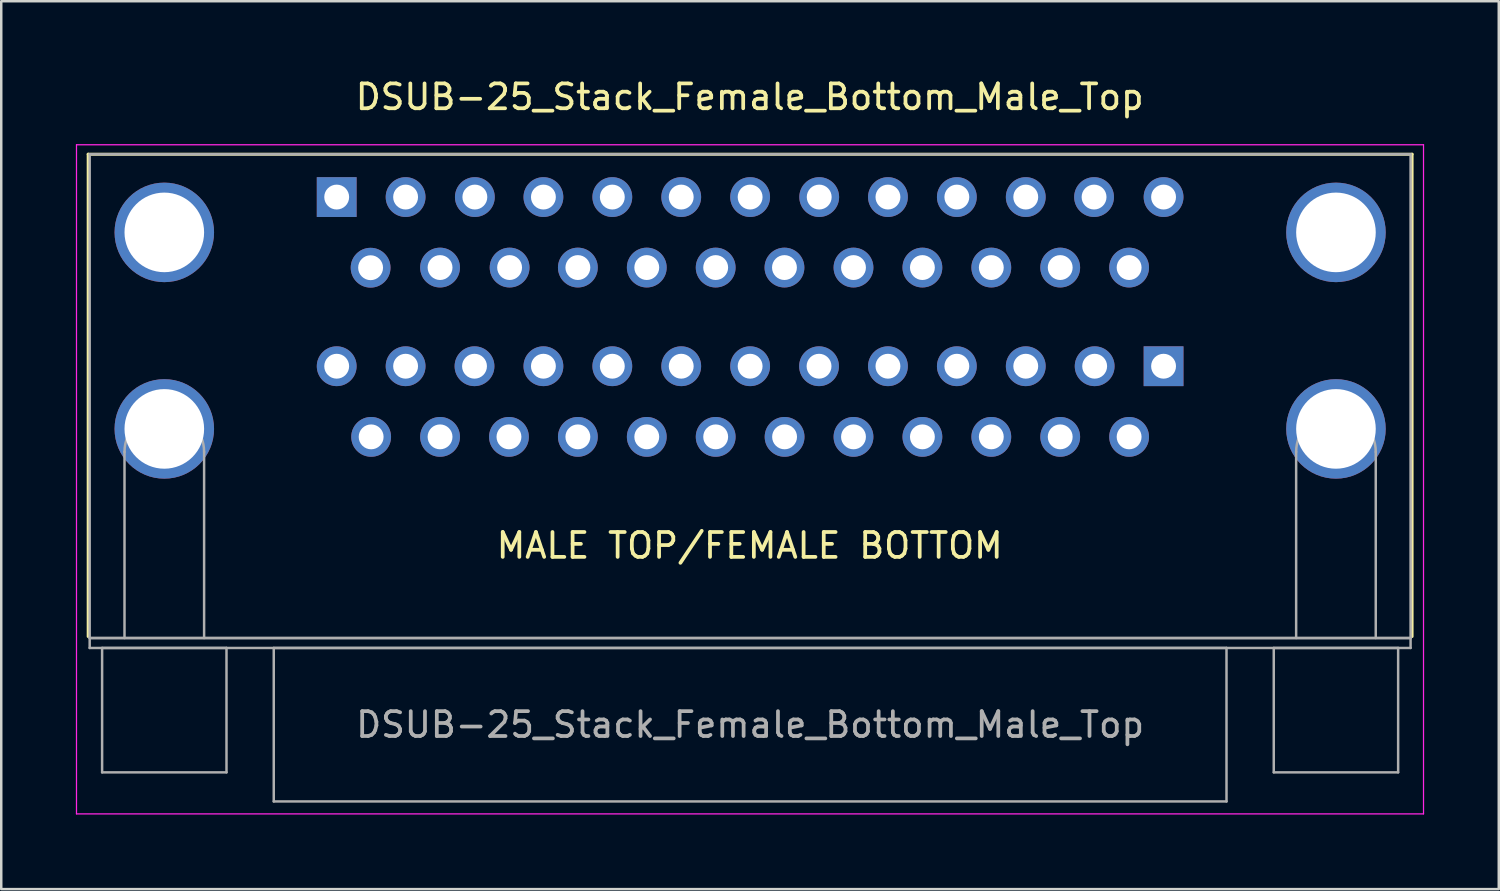
<source format=kicad_pcb>
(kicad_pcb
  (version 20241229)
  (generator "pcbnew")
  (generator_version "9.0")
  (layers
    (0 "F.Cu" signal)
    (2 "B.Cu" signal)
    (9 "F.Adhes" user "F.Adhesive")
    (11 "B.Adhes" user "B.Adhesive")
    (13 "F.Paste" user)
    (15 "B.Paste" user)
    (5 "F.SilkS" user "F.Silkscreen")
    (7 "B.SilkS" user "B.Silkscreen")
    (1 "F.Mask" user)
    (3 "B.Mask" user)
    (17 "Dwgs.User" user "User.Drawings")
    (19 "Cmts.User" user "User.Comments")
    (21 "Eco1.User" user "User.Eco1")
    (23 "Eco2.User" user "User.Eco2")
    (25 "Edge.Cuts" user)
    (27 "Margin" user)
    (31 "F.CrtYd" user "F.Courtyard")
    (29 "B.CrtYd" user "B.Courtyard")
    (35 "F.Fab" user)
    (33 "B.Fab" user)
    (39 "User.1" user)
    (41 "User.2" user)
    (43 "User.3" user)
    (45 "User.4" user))
  (footprint "DSUB-25_Stack_Female_Bottom_Male_Top"
    (layer "F.Cu")
    (at 27.088 22.692)
    (property "Reference" "DSUB-25_Stack_Female_Bottom_Male_Top" (at 0 -21.844 0) (layer "F.SilkS") (effects (font (size 1 1) (thickness 0.15))))
    (attr through_hole)
    (fp_line (start -26.593 -19.542) (end 26.627 -19.542) (stroke (width 0.12) (type solid)) (layer "F.SilkS"))
    (fp_line (start -26.593 -0.154) (end -26.593 -19.542) (stroke (width 0.12) (type solid)) (layer "F.SilkS"))
    (fp_line (start 26.627 -19.542) (end 26.627 -0.154) (stroke (width 0.12) (type solid)) (layer "F.SilkS"))
    (fp_line (start -27.063 -19.923) (end -27.063 6.976) (stroke (width 0.05) (type solid)) (layer "F.CrtYd"))
    (fp_line (start -27.063 6.976) (end 27.087 6.976) (stroke (width 0.05) (type solid)) (layer "F.CrtYd"))
    (fp_line (start 27.087 -19.923) (end -27.063 -19.923) (stroke (width 0.05) (type solid)) (layer "F.CrtYd"))
    (fp_line (start 27.087 6.976) (end 27.087 -19.923) (stroke (width 0.05) (type solid)) (layer "F.CrtYd"))
    (fp_line (start -26.533 -19.542) (end -26.533 -0.094) (stroke (width 0.1) (type solid)) (layer "F.Fab"))
    (fp_line (start -26.533 -0.094) (end -26.533 0.306) (stroke (width 0.1) (type solid)) (layer "F.Fab"))
    (fp_line (start -26.533 -0.094) (end 26.567 -0.094) (stroke (width 0.1) (type solid)) (layer "F.Fab"))
    (fp_line (start -26.533 0.306) (end 26.567 0.306) (stroke (width 0.1) (type solid)) (layer "F.Fab"))
    (fp_line (start -26.033 0.306) (end -26.033 5.306) (stroke (width 0.1) (type solid)) (layer "F.Fab"))
    (fp_line (start -26.033 5.306) (end -21.033 5.306) (stroke (width 0.1) (type solid)) (layer "F.Fab"))
    (fp_line (start -25.133 -0.094) (end -25.133 -7.574) (stroke (width 0.1) (type solid)) (layer "F.Fab"))
    (fp_line (start -21.933 -0.094) (end -21.933 -7.574) (stroke (width 0.1) (type solid)) (layer "F.Fab"))
    (fp_line (start -21.033 0.306) (end -26.033 0.306) (stroke (width 0.1) (type solid)) (layer "F.Fab"))
    (fp_line (start -21.033 5.306) (end -21.033 0.306) (stroke (width 0.1) (type solid)) (layer "F.Fab"))
    (fp_line (start -19.133 0.306) (end -19.133 6.476) (stroke (width 0.1) (type solid)) (layer "F.Fab"))
    (fp_line (start -19.133 6.476) (end 19.167 6.476) (stroke (width 0.1) (type solid)) (layer "F.Fab"))
    (fp_line (start 19.167 0.306) (end -19.133 0.306) (stroke (width 0.1) (type solid)) (layer "F.Fab"))
    (fp_line (start 19.167 6.476) (end 19.167 0.306) (stroke (width 0.1) (type solid)) (layer "F.Fab"))
    (fp_line (start 21.067 0.306) (end 21.067 5.306) (stroke (width 0.1) (type solid)) (layer "F.Fab"))
    (fp_line (start 21.067 5.306) (end 26.067 5.306) (stroke (width 0.1) (type solid)) (layer "F.Fab"))
    (fp_line (start 21.967 -0.094) (end 21.967 -7.574) (stroke (width 0.1) (type solid)) (layer "F.Fab"))
    (fp_line (start 25.167 -0.094) (end 25.167 -7.574) (stroke (width 0.1) (type solid)) (layer "F.Fab"))
    (fp_line (start 26.067 0.306) (end 21.067 0.306) (stroke (width 0.1) (type solid)) (layer "F.Fab"))
    (fp_line (start 26.067 5.306) (end 26.067 0.306) (stroke (width 0.1) (type solid)) (layer "F.Fab"))
    (fp_line (start 26.567 -19.542) (end -26.533 -19.542) (stroke (width 0.1) (type solid)) (layer "F.Fab"))
    (fp_line (start 26.567 -0.094) (end -26.533 -0.094) (stroke (width 0.1) (type solid)) (layer "F.Fab"))
    (fp_line (start 26.567 -0.094) (end 26.567 -19.542) (stroke (width 0.1) (type solid)) (layer "F.Fab"))
    (fp_line (start 26.567 0.306) (end 26.567 -0.094) (stroke (width 0.1) (type solid)) (layer "F.Fab"))
    (fp_arc (start -25.133 -7.574) (mid -23.533 -9.174) (end -21.933 -7.574) (stroke (width 0.1) (type solid)) (layer "F.Fab"))
    (fp_arc (start 21.967 -7.574) (mid 23.567 -9.174) (end 25.167 -7.574) (stroke (width 0.1) (type solid)) (layer "F.Fab"))
    (fp_text user "MALE TOP/FEMALE BOTTOM" (at 0 -3.81 0) (layer "F.SilkS") (effects (font (size 1 1) (thickness 0.15))))
    (fp_text user "${REFERENCE}" (at 0.017 3.391 0) (layer "F.Fab") (effects (font (size 1 1) (thickness 0.15))))
    (pad "1" thru_hole rect (at 16.637 -11.02) (size 1.6 1.6) (drill 1) (layers "*.Cu" "*.Mask"))
    (pad "2" thru_hole circle (at 13.867 -11.02) (size 1.6 1.6) (drill 1) (layers "*.Cu" "*.Mask"))
    (pad "3" thru_hole circle (at 11.097 -11.02) (size 1.6 1.6) (drill 1) (layers "*.Cu" "*.Mask"))
    (pad "4" thru_hole circle (at 8.327 -11.02) (size 1.6 1.6) (drill 1) (layers "*.Cu" "*.Mask"))
    (pad "5" thru_hole circle (at 5.557 -11.02) (size 1.6 1.6) (drill 1) (layers "*.Cu" "*.Mask"))
    (pad "6" thru_hole circle (at 2.787 -11.02) (size 1.6 1.6) (drill 1) (layers "*.Cu" "*.Mask"))
    (pad "7" thru_hole circle (at 0.017 -11.02) (size 1.6 1.6) (drill 1) (layers "*.Cu" "*.Mask"))
    (pad "8" thru_hole circle (at -2.753 -11.02) (size 1.6 1.6) (drill 1) (layers "*.Cu" "*.Mask"))
    (pad "9" thru_hole circle (at -5.523 -11.02) (size 1.6 1.6) (drill 1) (layers "*.Cu" "*.Mask"))
    (pad "10" thru_hole circle (at -8.293 -11.02) (size 1.6 1.6) (drill 1) (layers "*.Cu" "*.Mask"))
    (pad "11" thru_hole circle (at -11.063 -11.02) (size 1.6 1.6) (drill 1) (layers "*.Cu" "*.Mask"))
    (pad "12" thru_hole circle (at -13.833 -11.02) (size 1.6 1.6) (drill 1) (layers "*.Cu" "*.Mask"))
    (pad "13" thru_hole circle (at -16.603 -11.02) (size 1.6 1.6) (drill 1) (layers "*.Cu" "*.Mask"))
    (pad "14" thru_hole circle (at 15.252 -8.18) (size 1.6 1.6) (drill 1) (layers "*.Cu" "*.Mask"))
    (pad "15" thru_hole circle (at 12.482 -8.18) (size 1.6 1.6) (drill 1) (layers "*.Cu" "*.Mask"))
    (pad "16" thru_hole circle (at 9.712 -8.18) (size 1.6 1.6) (drill 1) (layers "*.Cu" "*.Mask"))
    (pad "17" thru_hole circle (at 6.942 -8.18) (size 1.6 1.6) (drill 1) (layers "*.Cu" "*.Mask"))
    (pad "18" thru_hole circle (at 4.172 -8.18) (size 1.6 1.6) (drill 1) (layers "*.Cu" "*.Mask"))
    (pad "19" thru_hole circle (at 1.402 -8.18) (size 1.6 1.6) (drill 1) (layers "*.Cu" "*.Mask"))
    (pad "20" thru_hole circle (at -1.368 -8.18) (size 1.6 1.6) (drill 1) (layers "*.Cu" "*.Mask"))
    (pad "21" thru_hole circle (at -4.138 -8.18) (size 1.6 1.6) (drill 1) (layers "*.Cu" "*.Mask"))
    (pad "22" thru_hole circle (at -6.908 -8.18) (size 1.6 1.6) (drill 1) (layers "*.Cu" "*.Mask"))
    (pad "23" thru_hole circle (at -9.678 -8.18) (size 1.6 1.6) (drill 1) (layers "*.Cu" "*.Mask"))
    (pad "24" thru_hole circle (at -12.448 -8.18) (size 1.6 1.6) (drill 1) (layers "*.Cu" "*.Mask"))
    (pad "25" thru_hole circle (at -15.218 -8.18) (size 1.6 1.6) (drill 1) (layers "*.Cu" "*.Mask"))
    (pad "26" thru_hole rect (at -16.603 -17.82) (size 1.6 1.6) (drill 1) (layers "*.Cu" "*.Mask"))
    (pad "27" thru_hole circle (at -13.833 -17.82) (size 1.6 1.6) (drill 1) (layers "*.Cu" "*.Mask"))
    (pad "28" thru_hole circle (at -11.049 -17.82) (size 1.6 1.6) (drill 1) (layers "*.Cu" "*.Mask"))
    (pad "29" thru_hole circle (at -8.293 -17.82) (size 1.6 1.6) (drill 1) (layers "*.Cu" "*.Mask"))
    (pad "30" thru_hole circle (at -5.523 -17.82) (size 1.6 1.6) (drill 1) (layers "*.Cu" "*.Mask"))
    (pad "31" thru_hole circle (at -2.753 -17.82) (size 1.6 1.6) (drill 1) (layers "*.Cu" "*.Mask"))
    (pad "32" thru_hole circle (at 0.017 -17.82) (size 1.6 1.6) (drill 1) (layers "*.Cu" "*.Mask"))
    (pad "33" thru_hole circle (at 2.794 -17.82) (size 1.6 1.6) (drill 1) (layers "*.Cu" "*.Mask"))
    (pad "34" thru_hole circle (at 5.557 -17.82) (size 1.6 1.6) (drill 1) (layers "*.Cu" "*.Mask"))
    (pad "35" thru_hole circle (at 8.327 -17.82) (size 1.6 1.6) (drill 1) (layers "*.Cu" "*.Mask"))
    (pad "36" thru_hole circle (at 11.097 -17.82) (size 1.6 1.6) (drill 1) (layers "*.Cu" "*.Mask"))
    (pad "37" thru_hole circle (at 13.843 -17.82) (size 1.6 1.6) (drill 1) (layers "*.Cu" "*.Mask"))
    (pad "38" thru_hole circle (at 16.637 -17.82) (size 1.6 1.6) (drill 1) (layers "*.Cu" "*.Mask"))
    (pad "39" thru_hole circle (at -15.24 -14.98) (size 1.6 1.6) (drill 1) (layers "*.Cu" "*.Mask"))
    (pad "40" thru_hole circle (at -12.448 -14.986) (size 1.6 1.6) (drill 1) (layers "*.Cu" "*.Mask"))
    (pad "41" thru_hole circle (at -9.652 -14.986) (size 1.6 1.6) (drill 1) (layers "*.Cu" "*.Mask"))
    (pad "42" thru_hole circle (at -6.908 -14.986) (size 1.6 1.6) (drill 1) (layers "*.Cu" "*.Mask"))
    (pad "43" thru_hole circle (at -4.138 -14.986) (size 1.6 1.6) (drill 1) (layers "*.Cu" "*.Mask"))
    (pad "44" thru_hole circle (at -1.368 -14.986) (size 1.6 1.6) (drill 1) (layers "*.Cu" "*.Mask"))
    (pad "45" thru_hole circle (at 1.397 -14.986) (size 1.6 1.6) (drill 1) (layers "*.Cu" "*.Mask"))
    (pad "46" thru_hole circle (at 4.172 -14.986) (size 1.6 1.6) (drill 1) (layers "*.Cu" "*.Mask"))
    (pad "47" thru_hole circle (at 6.942 -14.986) (size 1.6 1.6) (drill 1) (layers "*.Cu" "*.Mask"))
    (pad "48" thru_hole circle (at 9.712 -14.986) (size 1.6 1.6) (drill 1) (layers "*.Cu" "*.Mask"))
    (pad "49" thru_hole circle (at 12.482 -14.986) (size 1.6 1.6) (drill 1) (layers "*.Cu" "*.Mask"))
    (pad "50" thru_hole circle (at 15.252 -14.986) (size 1.6 1.6) (drill 1) (layers "*.Cu" "*.Mask"))
    (pad "51" thru_hole circle (at -23.533 -16.4) (size 4 4) (drill 3.2) (layers "*.Cu" "*.Mask"))
    (pad "51" thru_hole circle (at -23.533 -8.5) (size 4 4) (drill 3.2) (layers "*.Cu" "*.Mask"))
    (pad "51" thru_hole circle (at 23.567 -16.4) (size 4 4) (drill 3.2) (layers "*.Cu" "*.Mask"))
    (pad "51" thru_hole circle (at 23.567 -8.5) (size 4 4) (drill 3.2) (layers "*.Cu" "*.Mask")))
  (gr_rect
    (start -3 -3)
    (end 57.2 32.693)
    (stroke (width 0.1) (type default))
    (fill no)
    (layer "Edge.Cuts")))
</source>
